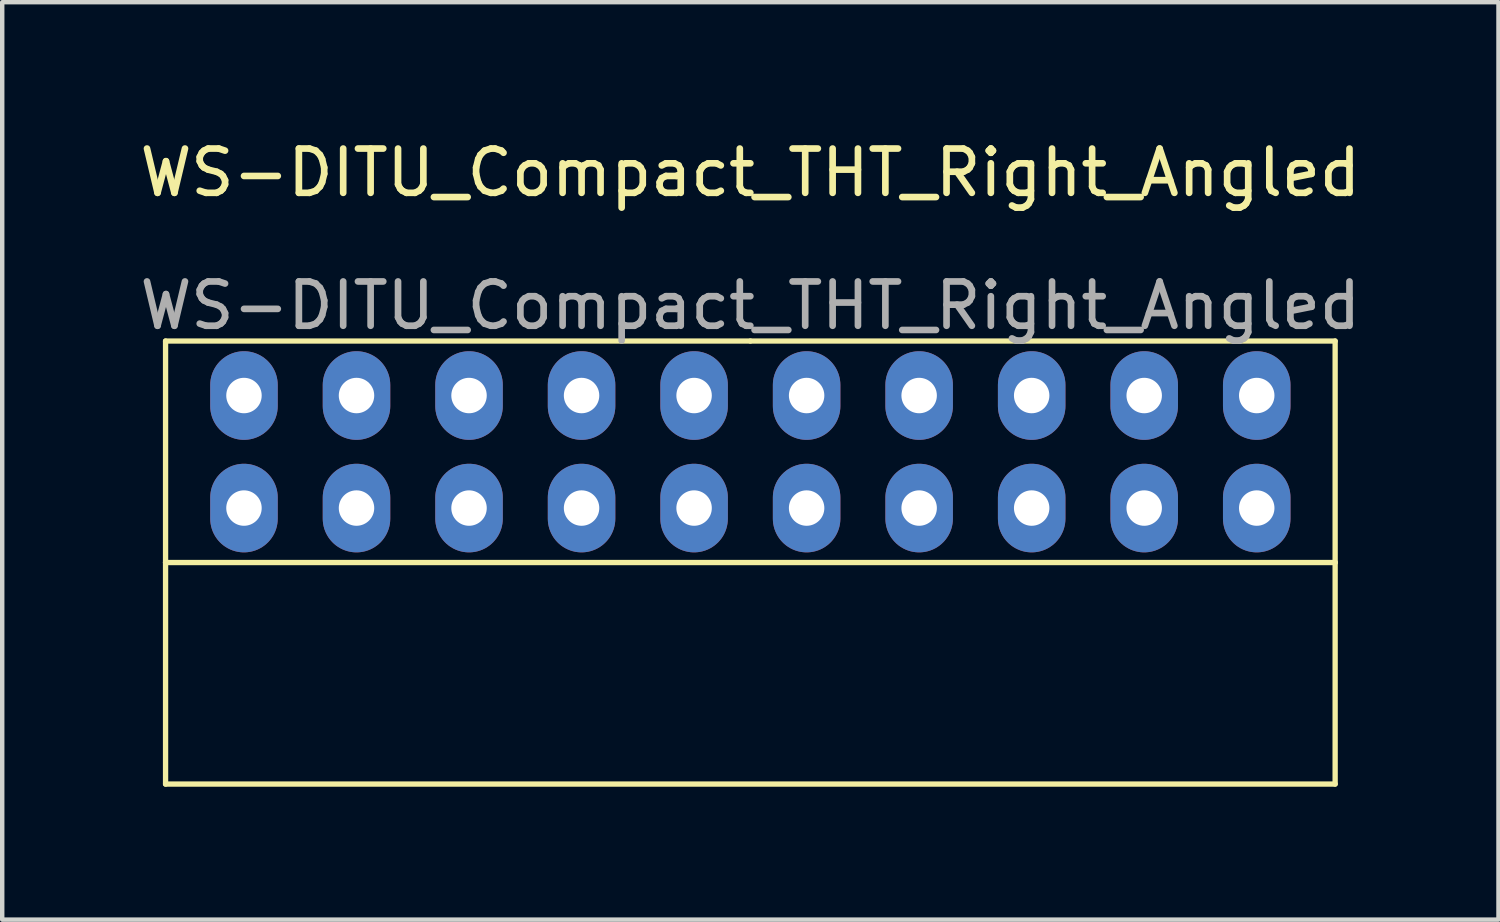
<source format=kicad_pcb>
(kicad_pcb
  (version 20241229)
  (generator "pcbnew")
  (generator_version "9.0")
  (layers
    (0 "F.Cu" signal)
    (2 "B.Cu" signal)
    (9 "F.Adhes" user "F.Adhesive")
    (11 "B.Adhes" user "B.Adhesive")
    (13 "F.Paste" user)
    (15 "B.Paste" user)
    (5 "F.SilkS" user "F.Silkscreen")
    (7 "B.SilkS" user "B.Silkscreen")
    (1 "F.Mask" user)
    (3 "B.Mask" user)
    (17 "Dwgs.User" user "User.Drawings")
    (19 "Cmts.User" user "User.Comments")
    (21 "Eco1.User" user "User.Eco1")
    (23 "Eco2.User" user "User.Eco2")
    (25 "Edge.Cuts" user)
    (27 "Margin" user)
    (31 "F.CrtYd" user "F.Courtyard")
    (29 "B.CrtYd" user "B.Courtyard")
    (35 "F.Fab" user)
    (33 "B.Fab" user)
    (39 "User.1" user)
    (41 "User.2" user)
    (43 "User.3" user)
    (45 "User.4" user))
  (footprint "WS-DITU_Compact_THT_Right_Angled"
    (layer "F.Cu")
    (at 13.887 7.148)
    (property "Reference" "WS-DITU_Compact_THT_Right_Angled" (at 0 -6.3 0) (unlocked yes) (layer "F.SilkS") (effects (font (size 1 1) (thickness 0.15))))
    (attr through_hole)
    (fp_line (start -13.2 -2.5) (end -13.2 2.5) (stroke (width 0.12) (type solid)) (layer "F.SilkS"))
    (fp_line (start -13.2 2.5) (end -13.2 7.5) (stroke (width 0.12) (type solid)) (layer "F.SilkS"))
    (fp_line (start -13.2 2.5) (end 13.2 2.5) (stroke (width 0.12) (type solid)) (layer "F.SilkS"))
    (fp_line (start 0 -2.5) (end -13.2 -2.5) (stroke (width 0.12) (type solid)) (layer "F.SilkS"))
    (fp_line (start 0 -2.5) (end 13.2 -2.5) (stroke (width 0.12) (type solid)) (layer "F.SilkS"))
    (fp_line (start 13.2 -2.5) (end 13.2 2.5) (stroke (width 0.12) (type solid)) (layer "F.SilkS"))
    (fp_line (start 13.2 2.5) (end 13.2 7.5) (stroke (width 0.12) (type solid)) (layer "F.SilkS"))
    (fp_line (start 13.2 7.5) (end -13.2 7.5) (stroke (width 0.12) (type solid)) (layer "F.SilkS"))
    (fp_text user "${REFERENCE}" (at 0 -3.3 0) (unlocked yes) (layer "F.Fab") (effects (font (size 1 1) (thickness 0.15))))
    (pad "1" thru_hole oval (at -11.43 -1.27) (size 1.524 2) (drill 0.8) (layers "*.Cu" "*.Mask"))
    (pad "2" thru_hole oval (at -8.89 -1.27) (size 1.524 2) (drill 0.8) (layers "*.Cu" "*.Mask"))
    (pad "3" thru_hole oval (at -6.35 -1.27) (size 1.524 2) (drill 0.8) (layers "*.Cu" "*.Mask"))
    (pad "4" thru_hole oval (at -3.81 -1.27) (size 1.524 2) (drill 0.8) (layers "*.Cu" "*.Mask"))
    (pad "5" thru_hole oval (at -1.27 -1.27) (size 1.524 2) (drill 0.8) (layers "*.Cu" "*.Mask"))
    (pad "6" thru_hole oval (at 1.27 -1.27) (size 1.524 2) (drill 0.8) (layers "*.Cu" "*.Mask"))
    (pad "7" thru_hole oval (at 3.81 -1.27) (size 1.524 2) (drill 0.8) (layers "*.Cu" "*.Mask"))
    (pad "8" thru_hole oval (at 6.35 -1.27) (size 1.524 2) (drill 0.8) (layers "*.Cu" "*.Mask"))
    (pad "9" thru_hole oval (at 8.89 -1.27) (size 1.524 2) (drill 0.8) (layers "*.Cu" "*.Mask"))
    (pad "10" thru_hole oval (at 11.43 -1.27) (size 1.524 2) (drill 0.8) (layers "*.Cu" "*.Mask"))
    (pad "11" thru_hole oval (at -11.43 1.27) (size 1.524 2) (drill 0.8) (layers "*.Cu" "*.Mask"))
    (pad "12" thru_hole oval (at -8.89 1.27) (size 1.524 2) (drill 0.8) (layers "*.Cu" "*.Mask"))
    (pad "13" thru_hole oval (at -6.35 1.27) (size 1.524 2) (drill 0.8) (layers "*.Cu" "*.Mask"))
    (pad "14" thru_hole oval (at -3.81 1.27) (size 1.524 2) (drill 0.8) (layers "*.Cu" "*.Mask"))
    (pad "15" thru_hole oval (at -1.27 1.27) (size 1.524 2) (drill 0.8) (layers "*.Cu" "*.Mask"))
    (pad "16" thru_hole oval (at 1.27 1.27) (size 1.524 2) (drill 0.8) (layers "*.Cu" "*.Mask"))
    (pad "17" thru_hole oval (at 3.81 1.27) (size 1.524 2) (drill 0.8) (layers "*.Cu" "*.Mask"))
    (pad "18" thru_hole oval (at 6.35 1.27) (size 1.524 2) (drill 0.8) (layers "*.Cu" "*.Mask"))
    (pad "19" thru_hole oval (at 8.89 1.27) (size 1.524 2) (drill 0.8) (layers "*.Cu" "*.Mask"))
    (pad "20" thru_hole oval (at 11.43 1.27) (size 1.524 2) (drill 0.8) (layers "*.Cu" "*.Mask")))
  (gr_rect
    (start -3 -3)
    (end 30.774 17.708)
    (stroke (width 0.1) (type default))
    (fill no)
    (layer "Edge.Cuts")))
</source>
